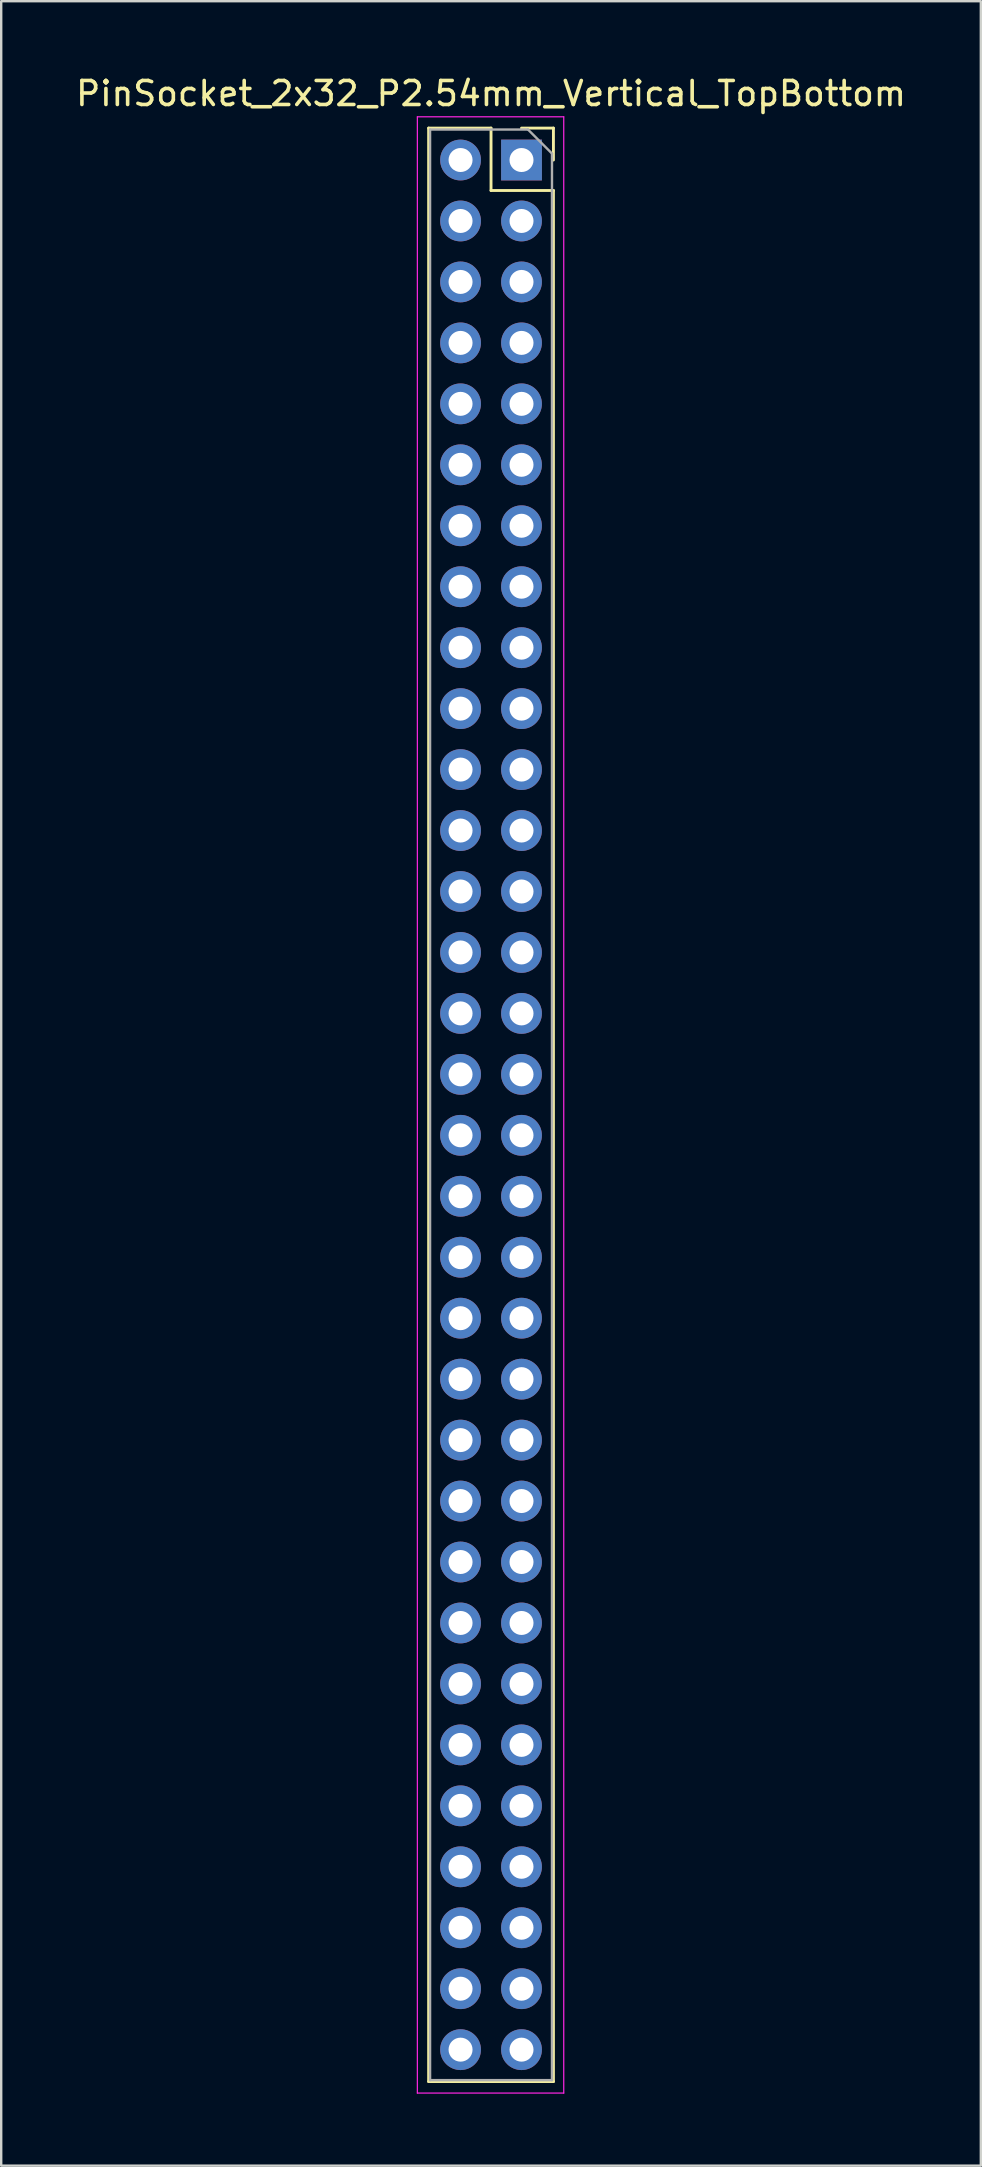
<source format=kicad_pcb>
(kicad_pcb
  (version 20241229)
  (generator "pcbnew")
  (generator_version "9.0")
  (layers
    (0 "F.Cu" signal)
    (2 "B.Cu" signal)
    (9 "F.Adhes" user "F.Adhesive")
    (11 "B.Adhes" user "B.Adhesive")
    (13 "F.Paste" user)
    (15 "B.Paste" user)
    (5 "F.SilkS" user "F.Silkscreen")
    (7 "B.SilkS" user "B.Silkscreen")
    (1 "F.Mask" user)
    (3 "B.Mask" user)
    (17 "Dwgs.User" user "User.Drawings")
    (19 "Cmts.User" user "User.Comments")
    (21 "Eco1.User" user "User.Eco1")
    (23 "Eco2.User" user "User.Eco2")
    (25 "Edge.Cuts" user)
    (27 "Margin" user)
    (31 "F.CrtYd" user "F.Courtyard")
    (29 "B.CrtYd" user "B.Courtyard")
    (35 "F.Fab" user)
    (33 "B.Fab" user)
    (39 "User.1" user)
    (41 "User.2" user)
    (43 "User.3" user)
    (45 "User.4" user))
  (footprint "PinSocket_2x32_P2.54mm_Vertical_TopBottom"
    (layer "F.Cu")
    (at 18.681 3.618)
    (property "Reference" "PinSocket_2x32_P2.54mm_Vertical_TopBottom" (at -1.27 -2.77 0) (layer "F.SilkS") (effects (font (size 1 1) (thickness 0.15))))
    (attr through_hole)
    (fp_line (start -3.87 -1.33) (end -3.87 80.07) (stroke (width 0.12) (type solid)) (layer "F.SilkS"))
    (fp_line (start -3.87 -1.33) (end -1.27 -1.33) (stroke (width 0.12) (type solid)) (layer "F.SilkS"))
    (fp_line (start -3.87 80.07) (end 1.33 80.07) (stroke (width 0.12) (type solid)) (layer "F.SilkS"))
    (fp_line (start -1.27 -1.33) (end -1.27 1.27) (stroke (width 0.12) (type solid)) (layer "F.SilkS"))
    (fp_line (start -1.27 1.27) (end 1.33 1.27) (stroke (width 0.12) (type solid)) (layer "F.SilkS"))
    (fp_line (start 0 -1.33) (end 1.33 -1.33) (stroke (width 0.12) (type solid)) (layer "F.SilkS"))
    (fp_line (start 1.33 -1.33) (end 1.33 0) (stroke (width 0.12) (type solid)) (layer "F.SilkS"))
    (fp_line (start 1.33 1.27) (end 1.33 80.07) (stroke (width 0.12) (type solid)) (layer "F.SilkS"))
    (fp_line (start -4.34 -1.8) (end 1.76 -1.8) (stroke (width 0.05) (type solid)) (layer "F.CrtYd"))
    (fp_line (start -4.34 80.55) (end -4.34 -1.8) (stroke (width 0.05) (type solid)) (layer "F.CrtYd"))
    (fp_line (start 1.76 -1.8) (end 1.76 80.55) (stroke (width 0.05) (type solid)) (layer "F.CrtYd"))
    (fp_line (start 1.76 80.55) (end -4.34 80.55) (stroke (width 0.05) (type solid)) (layer "F.CrtYd"))
    (fp_line (start -3.81 -1.27) (end 0.27 -1.27) (stroke (width 0.1) (type solid)) (layer "F.Fab"))
    (fp_line (start -3.81 80.01) (end -3.81 -1.27) (stroke (width 0.1) (type solid)) (layer "F.Fab"))
    (fp_line (start 0.27 -1.27) (end 1.27 -0.27) (stroke (width 0.1) (type solid)) (layer "F.Fab"))
    (fp_line (start 1.27 -0.27) (end 1.27 80.01) (stroke (width 0.1) (type solid)) (layer "F.Fab"))
    (fp_line (start 1.27 80.01) (end -3.81 80.01) (stroke (width 0.1) (type solid)) (layer "F.Fab"))
    (pad "1" thru_hole rect (at 0 0) (size 1.7 1.7) (drill 1) (layers "*.Cu" "*.Mask"))
    (pad "2" thru_hole circle (at 0 2.54) (size 1.7 1.7) (drill 1) (layers "*.Cu" "*.Mask"))
    (pad "3" thru_hole circle (at 0 5.08) (size 1.7 1.7) (drill 1) (layers "*.Cu" "*.Mask"))
    (pad "4" thru_hole circle (at 0 7.62) (size 1.7 1.7) (drill 1) (layers "*.Cu" "*.Mask"))
    (pad "5" thru_hole circle (at 0 10.16) (size 1.7 1.7) (drill 1) (layers "*.Cu" "*.Mask"))
    (pad "6" thru_hole circle (at 0 12.7) (size 1.7 1.7) (drill 1) (layers "*.Cu" "*.Mask"))
    (pad "7" thru_hole circle (at 0 15.24) (size 1.7 1.7) (drill 1) (layers "*.Cu" "*.Mask"))
    (pad "8" thru_hole circle (at 0 17.78) (size 1.7 1.7) (drill 1) (layers "*.Cu" "*.Mask"))
    (pad "9" thru_hole circle (at 0 20.32) (size 1.7 1.7) (drill 1) (layers "*.Cu" "*.Mask"))
    (pad "10" thru_hole circle (at 0 22.86) (size 1.7 1.7) (drill 1) (layers "*.Cu" "*.Mask"))
    (pad "11" thru_hole circle (at 0 25.4) (size 1.7 1.7) (drill 1) (layers "*.Cu" "*.Mask"))
    (pad "12" thru_hole circle (at 0 27.94) (size 1.7 1.7) (drill 1) (layers "*.Cu" "*.Mask"))
    (pad "13" thru_hole circle (at 0 30.48) (size 1.7 1.7) (drill 1) (layers "*.Cu" "*.Mask"))
    (pad "14" thru_hole circle (at 0 33.02) (size 1.7 1.7) (drill 1) (layers "*.Cu" "*.Mask"))
    (pad "15" thru_hole circle (at 0 35.56) (size 1.7 1.7) (drill 1) (layers "*.Cu" "*.Mask"))
    (pad "16" thru_hole circle (at 0 38.1) (size 1.7 1.7) (drill 1) (layers "*.Cu" "*.Mask"))
    (pad "17" thru_hole circle (at 0 40.64) (size 1.7 1.7) (drill 1) (layers "*.Cu" "*.Mask"))
    (pad "18" thru_hole circle (at 0 43.18) (size 1.7 1.7) (drill 1) (layers "*.Cu" "*.Mask"))
    (pad "19" thru_hole circle (at 0 45.72) (size 1.7 1.7) (drill 1) (layers "*.Cu" "*.Mask"))
    (pad "20" thru_hole circle (at 0 48.26) (size 1.7 1.7) (drill 1) (layers "*.Cu" "*.Mask"))
    (pad "21" thru_hole circle (at 0 50.8) (size 1.7 1.7) (drill 1) (layers "*.Cu" "*.Mask"))
    (pad "22" thru_hole circle (at 0 53.34) (size 1.7 1.7) (drill 1) (layers "*.Cu" "*.Mask"))
    (pad "23" thru_hole circle (at 0 55.88) (size 1.7 1.7) (drill 1) (layers "*.Cu" "*.Mask"))
    (pad "24" thru_hole circle (at 0 58.42) (size 1.7 1.7) (drill 1) (layers "*.Cu" "*.Mask"))
    (pad "25" thru_hole circle (at 0 60.96) (size 1.7 1.7) (drill 1) (layers "*.Cu" "*.Mask"))
    (pad "26" thru_hole circle (at 0 63.5) (size 1.7 1.7) (drill 1) (layers "*.Cu" "*.Mask"))
    (pad "27" thru_hole circle (at 0 66.04) (size 1.7 1.7) (drill 1) (layers "*.Cu" "*.Mask"))
    (pad "28" thru_hole circle (at 0 68.58) (size 1.7 1.7) (drill 1) (layers "*.Cu" "*.Mask"))
    (pad "29" thru_hole circle (at 0 71.12) (size 1.7 1.7) (drill 1) (layers "*.Cu" "*.Mask"))
    (pad "30" thru_hole circle (at 0 73.66) (size 1.7 1.7) (drill 1) (layers "*.Cu" "*.Mask"))
    (pad "31" thru_hole circle (at 0 76.2) (size 1.7 1.7) (drill 1) (layers "*.Cu" "*.Mask"))
    (pad "32" thru_hole circle (at 0 78.74) (size 1.7 1.7) (drill 1) (layers "*.Cu" "*.Mask"))
    (pad "33" thru_hole circle (at -2.54 0) (size 1.7 1.7) (drill 1) (layers "*.Cu" "*.Mask"))
    (pad "34" thru_hole circle (at -2.54 2.54) (size 1.7 1.7) (drill 1) (layers "*.Cu" "*.Mask"))
    (pad "35" thru_hole circle (at -2.54 5.08) (size 1.7 1.7) (drill 1) (layers "*.Cu" "*.Mask"))
    (pad "36" thru_hole circle (at -2.54 7.62) (size 1.7 1.7) (drill 1) (layers "*.Cu" "*.Mask"))
    (pad "37" thru_hole circle (at -2.54 10.16) (size 1.7 1.7) (drill 1) (layers "*.Cu" "*.Mask"))
    (pad "38" thru_hole circle (at -2.54 12.7) (size 1.7 1.7) (drill 1) (layers "*.Cu" "*.Mask"))
    (pad "39" thru_hole circle (at -2.54 15.24) (size 1.7 1.7) (drill 1) (layers "*.Cu" "*.Mask"))
    (pad "40" thru_hole circle (at -2.54 17.78) (size 1.7 1.7) (drill 1) (layers "*.Cu" "*.Mask"))
    (pad "41" thru_hole circle (at -2.54 20.32) (size 1.7 1.7) (drill 1) (layers "*.Cu" "*.Mask"))
    (pad "42" thru_hole circle (at -2.54 22.86) (size 1.7 1.7) (drill 1) (layers "*.Cu" "*.Mask"))
    (pad "43" thru_hole circle (at -2.54 25.4) (size 1.7 1.7) (drill 1) (layers "*.Cu" "*.Mask"))
    (pad "44" thru_hole circle (at -2.54 27.94) (size 1.7 1.7) (drill 1) (layers "*.Cu" "*.Mask"))
    (pad "45" thru_hole circle (at -2.54 30.48) (size 1.7 1.7) (drill 1) (layers "*.Cu" "*.Mask"))
    (pad "46" thru_hole circle (at -2.54 33.02) (size 1.7 1.7) (drill 1) (layers "*.Cu" "*.Mask"))
    (pad "47" thru_hole circle (at -2.54 35.56) (size 1.7 1.7) (drill 1) (layers "*.Cu" "*.Mask"))
    (pad "48" thru_hole circle (at -2.54 38.1) (size 1.7 1.7) (drill 1) (layers "*.Cu" "*.Mask"))
    (pad "49" thru_hole circle (at -2.54 40.64) (size 1.7 1.7) (drill 1) (layers "*.Cu" "*.Mask"))
    (pad "50" thru_hole circle (at -2.54 43.18) (size 1.7 1.7) (drill 1) (layers "*.Cu" "*.Mask"))
    (pad "51" thru_hole circle (at -2.54 45.72) (size 1.7 1.7) (drill 1) (layers "*.Cu" "*.Mask"))
    (pad "52" thru_hole circle (at -2.54 48.26) (size 1.7 1.7) (drill 1) (layers "*.Cu" "*.Mask"))
    (pad "53" thru_hole circle (at -2.54 50.8) (size 1.7 1.7) (drill 1) (layers "*.Cu" "*.Mask"))
    (pad "54" thru_hole circle (at -2.54 53.34) (size 1.7 1.7) (drill 1) (layers "*.Cu" "*.Mask"))
    (pad "55" thru_hole circle (at -2.54 55.88) (size 1.7 1.7) (drill 1) (layers "*.Cu" "*.Mask"))
    (pad "56" thru_hole circle (at -2.54 58.42) (size 1.7 1.7) (drill 1) (layers "*.Cu" "*.Mask"))
    (pad "57" thru_hole circle (at -2.54 60.96) (size 1.7 1.7) (drill 1) (layers "*.Cu" "*.Mask"))
    (pad "58" thru_hole circle (at -2.54 63.5) (size 1.7 1.7) (drill 1) (layers "*.Cu" "*.Mask"))
    (pad "59" thru_hole circle (at -2.54 66.04) (size 1.7 1.7) (drill 1) (layers "*.Cu" "*.Mask"))
    (pad "60" thru_hole circle (at -2.54 68.58) (size 1.7 1.7) (drill 1) (layers "*.Cu" "*.Mask"))
    (pad "61" thru_hole circle (at -2.54 71.12) (size 1.7 1.7) (drill 1) (layers "*.Cu" "*.Mask"))
    (pad "62" thru_hole circle (at -2.54 73.66) (size 1.7 1.7) (drill 1) (layers "*.Cu" "*.Mask"))
    (pad "63" thru_hole circle (at -2.54 76.2) (size 1.7 1.7) (drill 1) (layers "*.Cu" "*.Mask"))
    (pad "64" thru_hole circle (at -2.54 78.74) (size 1.7 1.7) (drill 1) (layers "*.Cu" "*.Mask")))
  (gr_rect
    (start -3 -3)
    (end 37.821 87.193)
    (stroke (width 0.1) (type default))
    (fill no)
    (layer "Edge.Cuts")))
</source>
